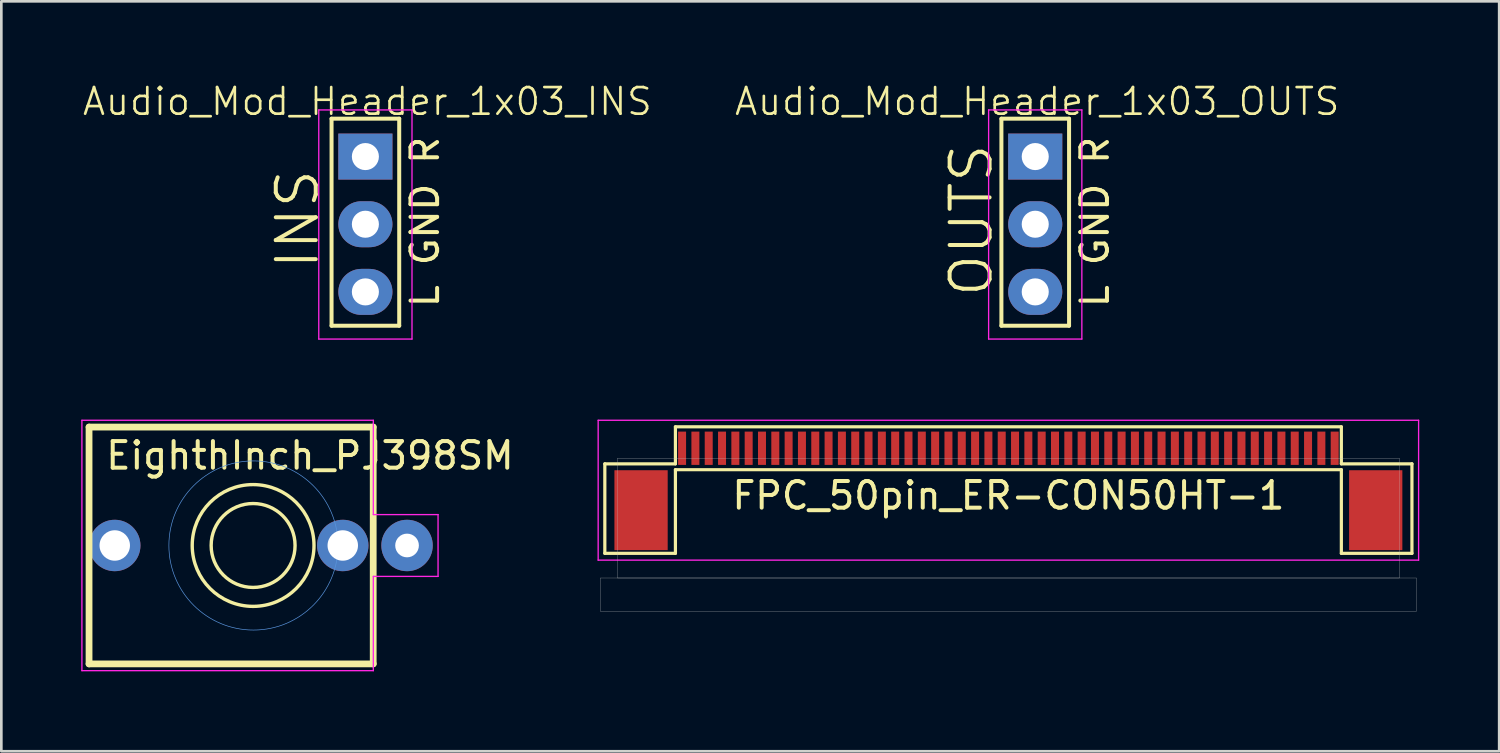
<source format=kicad_pcb>
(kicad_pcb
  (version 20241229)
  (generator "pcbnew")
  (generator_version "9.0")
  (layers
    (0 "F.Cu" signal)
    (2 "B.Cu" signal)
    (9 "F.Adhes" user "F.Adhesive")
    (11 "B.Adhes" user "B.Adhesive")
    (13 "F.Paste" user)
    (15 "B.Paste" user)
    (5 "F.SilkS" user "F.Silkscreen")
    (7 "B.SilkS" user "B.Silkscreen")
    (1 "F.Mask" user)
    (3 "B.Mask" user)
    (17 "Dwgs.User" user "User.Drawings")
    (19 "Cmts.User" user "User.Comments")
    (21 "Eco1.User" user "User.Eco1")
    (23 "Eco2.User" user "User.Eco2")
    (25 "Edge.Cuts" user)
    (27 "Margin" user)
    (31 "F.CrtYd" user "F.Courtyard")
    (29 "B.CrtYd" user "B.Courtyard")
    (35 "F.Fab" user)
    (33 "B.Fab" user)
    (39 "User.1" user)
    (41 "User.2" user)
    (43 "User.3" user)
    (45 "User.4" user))
  (footprint "Audio_Mod_Header_1x03_OUTS"
    (layer "F.Cu")
    (at 35.814 2.828)
    (property "Reference" "Audio_Mod_Header_1x03_OUTS" (at 0.074 -2.068 0) (layer "F.SilkS") (effects (font (size 1 1) (thickness 0.1))))
    (attr through_hole)
    (fp_line (start -1.27 -1.422) (end -1.27 6.35) (stroke (width 0.15) (type solid)) (layer "F.SilkS"))
    (fp_line (start -1.27 6.35) (end 1.27 6.35) (stroke (width 0.15) (type solid)) (layer "F.SilkS"))
    (fp_line (start 1.27 -1.422) (end -1.27 -1.422) (stroke (width 0.15) (type solid)) (layer "F.SilkS"))
    (fp_line (start 1.27 6.35) (end 1.27 -1.422) (stroke (width 0.15) (type solid)) (layer "F.SilkS"))
    (fp_line (start -1.75 -1.75) (end -1.75 6.85) (stroke (width 0.05) (type solid)) (layer "F.CrtYd"))
    (fp_line (start -1.75 -1.75) (end 1.75 -1.75) (stroke (width 0.05) (type solid)) (layer "F.CrtYd"))
    (fp_line (start -1.75 6.85) (end 1.75 6.85) (stroke (width 0.05) (type solid)) (layer "F.CrtYd"))
    (fp_line (start 1.75 -1.75) (end 1.75 6.85) (stroke (width 0.05) (type solid)) (layer "F.CrtYd"))
    (fp_text user "OUTS" (at -2.4 2.39 90) (layer "F.SilkS") (effects (font (size 1.5 1.5) (thickness 0.15))))
    (fp_text user "L GND R" (at 2.238 2.454 90) (layer "F.SilkS") (effects (font (size 1 1) (thickness 0.15))))
    (pad "1" thru_hole rect (at 0 0) (size 2.032 1.727) (drill 1.016) (layers "*.Cu" "*.Mask"))
    (pad "2" thru_hole oval (at 0 2.54) (size 2.032 1.727) (drill 1.016) (layers "*.Cu" "*.Mask"))
    (pad "3" thru_hole oval (at 0 5.08) (size 2.032 1.727) (drill 1.016) (layers "*.Cu" "*.Mask")))
  (footprint "EighthInch_PJ398SM"
    (layer "F.Cu")
    (at 6.465 17.428)
    (property "Reference" "EighthInch_PJ398SM" (at -5.62 -2.79 0) (layer "F.SilkS") (effects (font (size 1 1) (thickness 0.15)) (justify left bottom)))
    (attr through_hole)
    (fp_line (start -6.172 -4.445) (end -6.172 4.445) (stroke (width 0.254) (type solid)) (layer "F.SilkS"))
    (fp_line (start -6.172 4.445) (end 4.496 4.445) (stroke (width 0.254) (type solid)) (layer "F.SilkS"))
    (fp_line (start 4.496 -4.445) (end -6.172 -4.445) (stroke (width 0.254) (type solid)) (layer "F.SilkS"))
    (fp_line (start 4.496 4.445) (end 4.496 -4.445) (stroke (width 0.254) (type solid)) (layer "F.SilkS"))
    (fp_circle (center -0.013 0) (end 1.562 0) (stroke (width 0.127) (type solid)) (fill no) (layer "F.SilkS"))
    (fp_circle (center -0.013 0) (end 2.273 0) (stroke (width 0.127) (type solid)) (fill no) (layer "F.SilkS"))
    (fp_circle (center 0 0) (end 3.175 0) (stroke (width 0.025) (type solid)) (fill no) (layer "Cmts.User"))
    (fp_line (start -6.44 -4.7) (end -6.44 4.7) (stroke (width 0.05) (type solid)) (layer "F.CrtYd"))
    (fp_line (start -6.44 -4.7) (end 4.5 -4.7) (stroke (width 0.05) (type solid)) (layer "F.CrtYd"))
    (fp_line (start -6.44 4.7) (end 4.5 4.7) (stroke (width 0.05) (type solid)) (layer "F.CrtYd"))
    (fp_line (start 4.5 -4.7) (end 4.5 -1.16) (stroke (width 0.05) (type solid)) (layer "F.CrtYd"))
    (fp_line (start 4.5 -1.16) (end 6.93 -1.16) (stroke (width 0.05) (type solid)) (layer "F.CrtYd"))
    (fp_line (start 4.5 1.16) (end 4.5 4.7) (stroke (width 0.05) (type solid)) (layer "F.CrtYd"))
    (fp_line (start 6.93 -1.16) (end 6.93 1.16) (stroke (width 0.05) (type solid)) (layer "F.CrtYd"))
    (fp_line (start 6.93 1.16) (end 4.5 1.16) (stroke (width 0.05) (type solid)) (layer "F.CrtYd"))
    (pad "1" thru_hole circle (at -5.207 0) (size 1.93 1.93) (drill 1.143) (layers "*.Cu" "*.Mask"))
    (pad "2" thru_hole circle (at 5.766 0) (size 1.93 1.93) (drill 0.889) (layers "*.Cu" "*.Mask"))
    (pad "3" thru_hole circle (at 3.353 0) (size 1.93 1.93) (drill 1.143) (layers "*.Cu" "*.Mask")))
  (footprint "Audio_Mod_Header_1x03_INS"
    (layer "F.Cu")
    (at 10.667 2.828)
    (property "Reference" "Audio_Mod_Header_1x03_INS" (at 0.074 -2.068 0) (layer "F.SilkS") (effects (font (size 1 1) (thickness 0.1))))
    (attr through_hole)
    (fp_line (start -1.27 -1.422) (end -1.27 6.35) (stroke (width 0.15) (type solid)) (layer "F.SilkS"))
    (fp_line (start -1.27 6.35) (end 1.27 6.35) (stroke (width 0.15) (type solid)) (layer "F.SilkS"))
    (fp_line (start 1.27 -1.422) (end -1.27 -1.422) (stroke (width 0.15) (type solid)) (layer "F.SilkS"))
    (fp_line (start 1.27 6.35) (end 1.27 -1.422) (stroke (width 0.15) (type solid)) (layer "F.SilkS"))
    (fp_line (start -1.75 -1.75) (end -1.75 6.85) (stroke (width 0.05) (type solid)) (layer "F.CrtYd"))
    (fp_line (start -1.75 -1.75) (end 1.75 -1.75) (stroke (width 0.05) (type solid)) (layer "F.CrtYd"))
    (fp_line (start -1.75 6.85) (end 1.75 6.85) (stroke (width 0.05) (type solid)) (layer "F.CrtYd"))
    (fp_line (start 1.75 -1.75) (end 1.75 6.85) (stroke (width 0.05) (type solid)) (layer "F.CrtYd"))
    (fp_text user "INS" (at -2.55 2.35 90) (layer "F.SilkS") (effects (font (size 1.5 1.5) (thickness 0.15))))
    (fp_text user "L GND R" (at 2.238 2.454 90) (layer "F.SilkS") (effects (font (size 1 1) (thickness 0.15))))
    (pad "1" thru_hole rect (at 0 0) (size 2.032 1.727) (drill 1.016) (layers "*.Cu" "*.Mask"))
    (pad "2" thru_hole oval (at 0 2.54) (size 2.032 1.727) (drill 1.016) (layers "*.Cu" "*.Mask"))
    (pad "3" thru_hole oval (at 0 5.08) (size 2.032 1.727) (drill 1.016) (layers "*.Cu" "*.Mask")))
  (footprint "FPC_50pin_ER-CON50HT-1"
    (layer "F.Cu")
    (at 34.806 13.778)
    (property "Reference" "FPC_50pin_ER-CON50HT-1" (at 0 1.775 0) (layer "F.SilkS") (effects (font (size 1 1) (thickness 0.15))))
    (attr smd)
    (fp_line (start -15.15 0.585) (end -12.5 0.585) (stroke (width 0.12) (type solid)) (layer "F.SilkS"))
    (fp_line (start -15.15 3.945) (end -15.15 0.585) (stroke (width 0.12) (type solid)) (layer "F.SilkS"))
    (fp_line (start -12.5 -0.805) (end 12.5 -0.805) (stroke (width 0.12) (type solid)) (layer "F.SilkS"))
    (fp_line (start -12.5 0.585) (end -12.5 -0.805) (stroke (width 0.12) (type solid)) (layer "F.SilkS"))
    (fp_line (start -12.5 0.805) (end -12.5 3.945) (stroke (width 0.12) (type solid)) (layer "F.SilkS"))
    (fp_line (start -12.5 0.805) (end 12.5 0.805) (stroke (width 0.12) (type solid)) (layer "F.SilkS"))
    (fp_line (start -12.5 3.945) (end -15.15 3.945) (stroke (width 0.12) (type solid)) (layer "F.SilkS"))
    (fp_line (start 12.5 0.585) (end 12.5 -0.805) (stroke (width 0.12) (type solid)) (layer "F.SilkS"))
    (fp_line (start 12.5 0.805) (end 12.5 3.945) (stroke (width 0.12) (type solid)) (layer "F.SilkS"))
    (fp_line (start 12.5 3.945) (end 15.15 3.945) (stroke (width 0.12) (type solid)) (layer "F.SilkS"))
    (fp_line (start 15.15 0.585) (end 12.5 0.585) (stroke (width 0.12) (type solid)) (layer "F.SilkS"))
    (fp_line (start 15.15 3.945) (end 15.15 0.585) (stroke (width 0.12) (type solid)) (layer "F.SilkS"))
    (fp_line (start -14.675 0.37) (end -14.675 4.87) (stroke (width 0.01) (type solid)) (layer "Dwgs.User"))
    (fp_line (start -14.675 0.37) (end 14.675 0.37) (stroke (width 0.01) (type solid)) (layer "Dwgs.User"))
    (fp_line (start -14.675 4.87) (end 14.675 4.87) (stroke (width 0.01) (type solid)) (layer "Dwgs.User"))
    (fp_line (start 14.675 0.37) (end 14.675 4.87) (stroke (width 0.01) (type solid)) (layer "Dwgs.User"))
    (fp_poly (pts (xy 15.32 6.12) (xy -15.32 6.12) (xy -15.32 4.87) (xy 15.32 4.87)) (stroke (width 0.01) (type solid)) (fill no) (layer "Dwgs.User"))
    (fp_line (start -15.4 -1.05) (end -15.4 4.2) (stroke (width 0.05) (type solid)) (layer "F.CrtYd"))
    (fp_line (start -15.4 -1.05) (end 15.4 -1.05) (stroke (width 0.05) (type solid)) (layer "F.CrtYd"))
    (fp_line (start -15.4 4.2) (end 15.4 4.2) (stroke (width 0.05) (type solid)) (layer "F.CrtYd"))
    (fp_line (start 15.4 -1.05) (end 15.4 4.2) (stroke (width 0.05) (type solid)) (layer "F.CrtYd"))
    (pad "0" smd rect (at -13.79 2.325) (size 2 3) (layers "F.Cu" "F.Mask" "F.Paste"))
    (pad "0" smd rect (at 13.79 2.325) (size 2 3) (layers "F.Cu" "F.Mask" "F.Paste"))
    (pad "1" smd rect (at -12.25 0) (size 0.3 1.25) (layers "F.Cu" "F.Mask" "F.Paste"))
    (pad "2" smd rect (at -11.75 0) (size 0.3 1.25) (layers "F.Cu" "F.Mask" "F.Paste"))
    (pad "3" smd rect (at -11.25 0) (size 0.3 1.25) (layers "F.Cu" "F.Mask" "F.Paste"))
    (pad "4" smd rect (at -10.75 0) (size 0.3 1.25) (layers "F.Cu" "F.Mask" "F.Paste"))
    (pad "5" smd rect (at -10.25 0) (size 0.3 1.25) (layers "F.Cu" "F.Mask" "F.Paste"))
    (pad "6" smd rect (at -9.75 0) (size 0.3 1.25) (layers "F.Cu" "F.Mask" "F.Paste"))
    (pad "7" smd rect (at -9.25 0) (size 0.3 1.25) (layers "F.Cu" "F.Mask" "F.Paste"))
    (pad "8" smd rect (at -8.75 0) (size 0.3 1.25) (layers "F.Cu" "F.Mask" "F.Paste"))
    (pad "9" smd rect (at -8.25 0) (size 0.3 1.25) (layers "F.Cu" "F.Mask" "F.Paste"))
    (pad "10" smd rect (at -7.75 0) (size 0.3 1.25) (layers "F.Cu" "F.Mask" "F.Paste"))
    (pad "11" smd rect (at -7.25 0) (size 0.3 1.25) (layers "F.Cu" "F.Mask" "F.Paste"))
    (pad "12" smd rect (at -6.75 0) (size 0.3 1.25) (layers "F.Cu" "F.Mask" "F.Paste"))
    (pad "13" smd rect (at -6.25 0) (size 0.3 1.25) (layers "F.Cu" "F.Mask" "F.Paste"))
    (pad "14" smd rect (at -5.75 0) (size 0.3 1.25) (layers "F.Cu" "F.Mask" "F.Paste"))
    (pad "15" smd rect (at -5.25 0) (size 0.3 1.25) (layers "F.Cu" "F.Mask" "F.Paste"))
    (pad "16" smd rect (at -4.75 0) (size 0.3 1.25) (layers "F.Cu" "F.Mask" "F.Paste"))
    (pad "17" smd rect (at -4.25 0) (size 0.3 1.25) (layers "F.Cu" "F.Mask" "F.Paste"))
    (pad "18" smd rect (at -3.75 0) (size 0.3 1.25) (layers "F.Cu" "F.Mask" "F.Paste"))
    (pad "19" smd rect (at -3.25 0) (size 0.3 1.25) (layers "F.Cu" "F.Mask" "F.Paste"))
    (pad "20" smd rect (at -2.75 0) (size 0.3 1.25) (layers "F.Cu" "F.Mask" "F.Paste"))
    (pad "21" smd rect (at -2.25 0) (size 0.3 1.25) (layers "F.Cu" "F.Mask" "F.Paste"))
    (pad "22" smd rect (at -1.75 0) (size 0.3 1.25) (layers "F.Cu" "F.Mask" "F.Paste"))
    (pad "23" smd rect (at -1.25 0) (size 0.3 1.25) (layers "F.Cu" "F.Mask" "F.Paste"))
    (pad "24" smd rect (at -0.75 0) (size 0.3 1.25) (layers "F.Cu" "F.Mask" "F.Paste"))
    (pad "25" smd rect (at -0.25 0) (size 0.3 1.25) (layers "F.Cu" "F.Mask" "F.Paste"))
    (pad "26" smd rect (at 0.25 0) (size 0.3 1.25) (layers "F.Cu" "F.Mask" "F.Paste"))
    (pad "27" smd rect (at 0.75 0) (size 0.3 1.25) (layers "F.Cu" "F.Mask" "F.Paste"))
    (pad "28" smd rect (at 1.25 0) (size 0.3 1.25) (layers "F.Cu" "F.Mask" "F.Paste"))
    (pad "29" smd rect (at 1.75 0) (size 0.3 1.25) (layers "F.Cu" "F.Mask" "F.Paste"))
    (pad "30" smd rect (at 2.25 0) (size 0.3 1.25) (layers "F.Cu" "F.Mask" "F.Paste"))
    (pad "31" smd rect (at 2.75 0) (size 0.3 1.25) (layers "F.Cu" "F.Mask" "F.Paste"))
    (pad "32" smd rect (at 3.25 0) (size 0.3 1.25) (layers "F.Cu" "F.Mask" "F.Paste"))
    (pad "33" smd rect (at 3.75 0) (size 0.3 1.25) (layers "F.Cu" "F.Mask" "F.Paste"))
    (pad "34" smd rect (at 4.25 0) (size 0.3 1.25) (layers "F.Cu" "F.Mask" "F.Paste"))
    (pad "35" smd rect (at 4.75 0) (size 0.3 1.25) (layers "F.Cu" "F.Mask" "F.Paste"))
    (pad "36" smd rect (at 5.25 0) (size 0.3 1.25) (layers "F.Cu" "F.Mask" "F.Paste"))
    (pad "37" smd rect (at 5.75 0) (size 0.3 1.25) (layers "F.Cu" "F.Mask" "F.Paste"))
    (pad "38" smd rect (at 6.25 0) (size 0.3 1.25) (layers "F.Cu" "F.Mask" "F.Paste"))
    (pad "39" smd rect (at 6.75 0) (size 0.3 1.25) (layers "F.Cu" "F.Mask" "F.Paste"))
    (pad "40" smd rect (at 7.25 0) (size 0.3 1.25) (layers "F.Cu" "F.Mask" "F.Paste"))
    (pad "41" smd rect (at 7.75 0) (size 0.3 1.25) (layers "F.Cu" "F.Mask" "F.Paste"))
    (pad "42" smd rect (at 8.25 0) (size 0.3 1.25) (layers "F.Cu" "F.Mask" "F.Paste"))
    (pad "43" smd rect (at 8.75 0) (size 0.3 1.25) (layers "F.Cu" "F.Mask" "F.Paste"))
    (pad "44" smd rect (at 9.25 0) (size 0.3 1.25) (layers "F.Cu" "F.Mask" "F.Paste"))
    (pad "45" smd rect (at 9.75 0) (size 0.3 1.25) (layers "F.Cu" "F.Mask" "F.Paste"))
    (pad "46" smd rect (at 10.25 0) (size 0.3 1.25) (layers "F.Cu" "F.Mask" "F.Paste"))
    (pad "47" smd rect (at 10.75 0) (size 0.3 1.25) (layers "F.Cu" "F.Mask" "F.Paste"))
    (pad "48" smd rect (at 11.25 0) (size 0.3 1.25) (layers "F.Cu" "F.Mask" "F.Paste"))
    (pad "49" smd rect (at 11.75 0) (size 0.3 1.25) (layers "F.Cu" "F.Mask" "F.Paste"))
    (pad "50" smd rect (at 12.25 0) (size 0.3 1.25) (layers "F.Cu" "F.Mask" "F.Paste")))
  (gr_rect
    (start -3 -3)
    (end 53.231 25.153)
    (stroke (width 0.1) (type default))
    (fill no)
    (layer "Edge.Cuts")))
</source>
